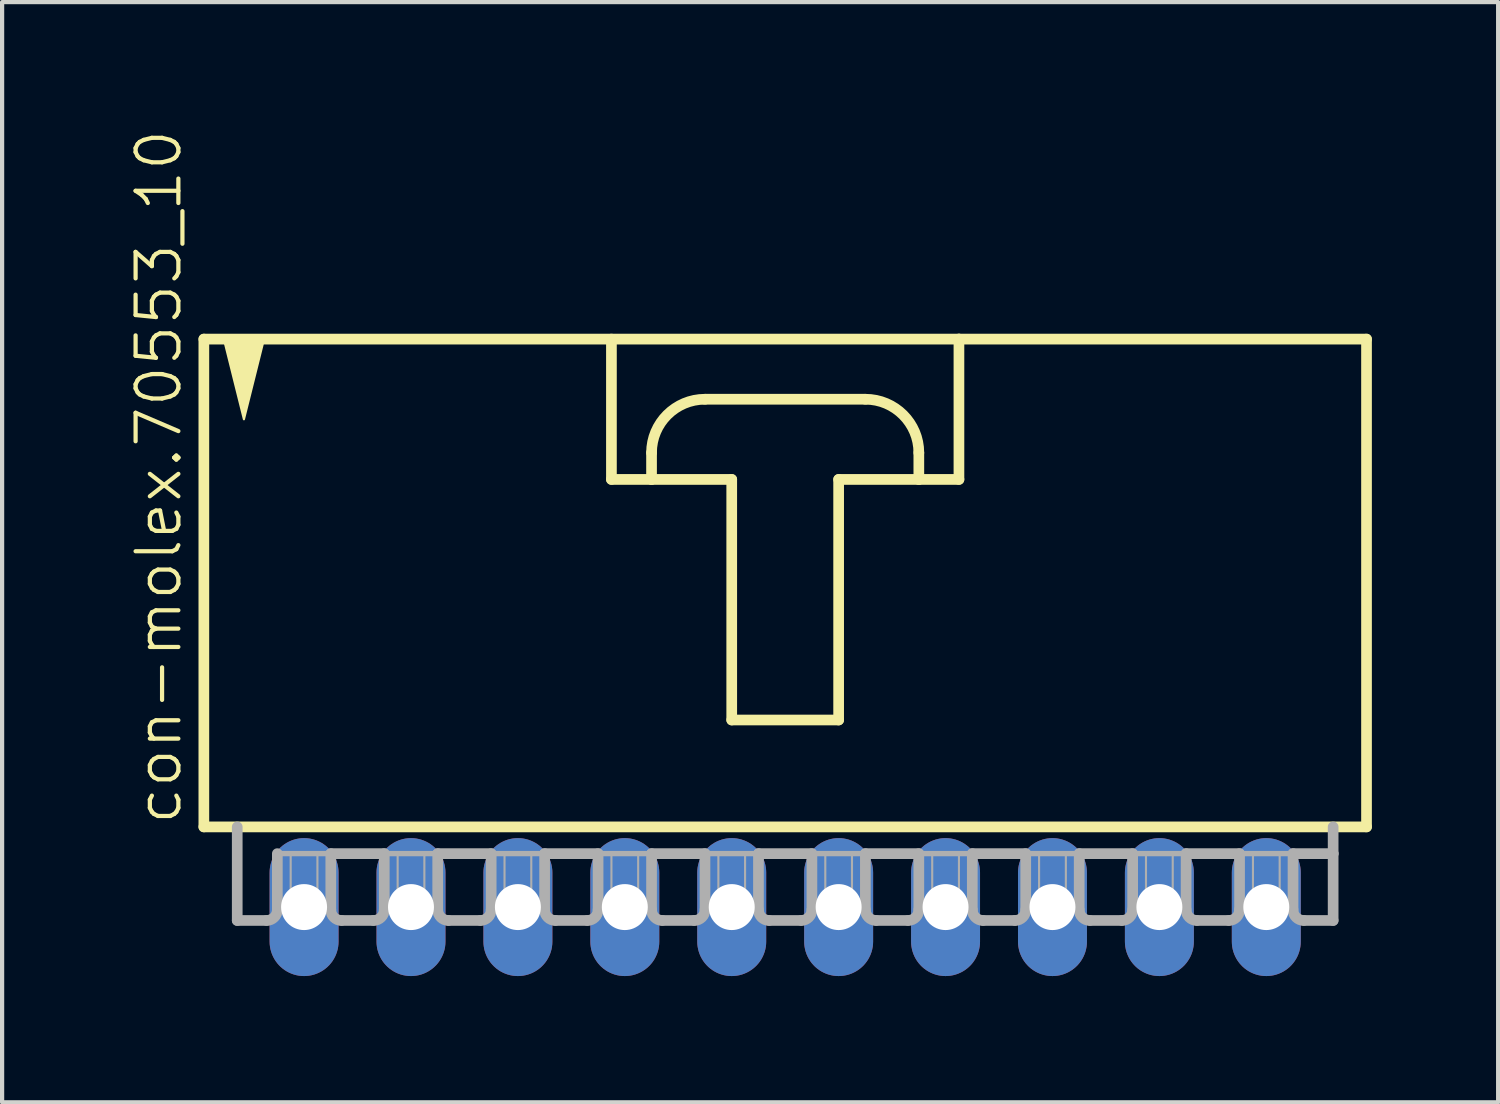
<source format=kicad_pcb>
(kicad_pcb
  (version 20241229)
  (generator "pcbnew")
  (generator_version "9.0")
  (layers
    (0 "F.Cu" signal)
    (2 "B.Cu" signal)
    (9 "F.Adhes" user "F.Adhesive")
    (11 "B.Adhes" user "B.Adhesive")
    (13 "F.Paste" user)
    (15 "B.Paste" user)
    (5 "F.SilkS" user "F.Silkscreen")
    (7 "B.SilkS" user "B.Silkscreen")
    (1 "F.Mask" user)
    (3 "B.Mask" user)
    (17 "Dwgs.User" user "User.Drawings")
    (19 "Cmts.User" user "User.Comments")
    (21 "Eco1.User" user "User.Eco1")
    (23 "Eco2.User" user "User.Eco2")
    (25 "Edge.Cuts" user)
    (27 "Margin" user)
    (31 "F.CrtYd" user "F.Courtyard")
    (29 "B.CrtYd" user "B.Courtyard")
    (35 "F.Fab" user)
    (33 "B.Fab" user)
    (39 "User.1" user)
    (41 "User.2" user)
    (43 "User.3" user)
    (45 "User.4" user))
  (footprint "con-molex.70553_10"
    (layer "F.Cu")
    (at 15.604 10.88)
    (property "Reference" "con-molex.70553_10" (at -14.287 5.715 90) (layer "F.SilkS") (effects (font (size 1.016 1.016) (thickness 0.1)) (justify left bottom)))
    (attr through_hole)
    (fp_line (start -13.811 -5.874) (end -13.811 5.715) (stroke (width 0.254) (type default)) (layer "F.SilkS"))
    (fp_line (start -13.811 5.715) (end 13.811 5.715) (stroke (width 0.254) (type default)) (layer "F.SilkS"))
    (fp_line (start -4.128 -5.874) (end -4.128 -2.54) (stroke (width 0.254) (type default)) (layer "F.SilkS"))
    (fp_line (start -4.128 -2.54) (end -3.175 -2.54) (stroke (width 0.254) (type default)) (layer "F.SilkS"))
    (fp_line (start -3.175 -2.54) (end -3.175 -3.175) (stroke (width 0.254) (type default)) (layer "F.SilkS"))
    (fp_line (start -3.175 -2.54) (end -1.27 -2.54) (stroke (width 0.254) (type default)) (layer "F.SilkS"))
    (fp_line (start -1.905 -4.445) (end 1.905 -4.445) (stroke (width 0.254) (type default)) (layer "F.SilkS"))
    (fp_line (start -1.27 -2.54) (end -1.27 3.175) (stroke (width 0.254) (type default)) (layer "F.SilkS"))
    (fp_line (start -1.27 3.175) (end 1.27 3.175) (stroke (width 0.254) (type default)) (layer "F.SilkS"))
    (fp_line (start 1.27 -2.54) (end 3.175 -2.54) (stroke (width 0.254) (type default)) (layer "F.SilkS"))
    (fp_line (start 1.27 3.175) (end 1.27 -2.54) (stroke (width 0.254) (type default)) (layer "F.SilkS"))
    (fp_line (start 3.175 -3.175) (end 3.175 -2.54) (stroke (width 0.254) (type default)) (layer "F.SilkS"))
    (fp_line (start 3.175 -2.54) (end 4.128 -2.54) (stroke (width 0.254) (type default)) (layer "F.SilkS"))
    (fp_line (start 4.128 -5.874) (end -13.811 -5.874) (stroke (width 0.254) (type default)) (layer "F.SilkS"))
    (fp_line (start 4.128 -2.54) (end 4.128 -5.874) (stroke (width 0.254) (type default)) (layer "F.SilkS"))
    (fp_line (start 13.811 -5.874) (end 4.128 -5.874) (stroke (width 0.254) (type default)) (layer "F.SilkS"))
    (fp_line (start 13.811 5.715) (end 13.811 -5.874) (stroke (width 0.254) (type default)) (layer "F.SilkS"))
    (fp_arc (start -3.175 -3.175) (mid -2.803026 -4.073026) (end -1.905 -4.445) (stroke (width 0.254) (type default)) (layer "F.SilkS"))
    (fp_arc (start 1.905 -4.445) (mid 2.803026 -4.073026) (end 3.175 -3.175) (stroke (width 0.254) (type default)) (layer "F.SilkS"))
    (fp_poly (pts (xy -13.335 -5.874) (xy -12.859 -3.969) (xy -12.383 -5.874)) (stroke (width 0.051) (type default)) (fill yes) (layer "F.SilkS"))
    (fp_line (start -13.018 5.715) (end -13.018 7.938) (stroke (width 0.254) (type default)) (layer "F.Fab"))
    (fp_line (start -12.319 7.938) (end -13.018 7.938) (stroke (width 0.254) (type default)) (layer "F.Fab"))
    (fp_line (start -12.065 6.35) (end -12.065 7.684) (stroke (width 0.254) (type default)) (layer "F.Fab"))
    (fp_line (start -12.065 6.35) (end -10.795 6.35) (stroke (width 0.127) (type default)) (layer "F.Fab"))
    (fp_line (start -10.795 6.35) (end -10.795 7.684) (stroke (width 0.254) (type default)) (layer "F.Fab"))
    (fp_line (start -10.795 6.35) (end -9.525 6.35) (stroke (width 0.254) (type default)) (layer "F.Fab"))
    (fp_line (start -9.779 7.938) (end -10.541 7.938) (stroke (width 0.254) (type default)) (layer "F.Fab"))
    (fp_line (start -9.525 6.35) (end -9.525 7.684) (stroke (width 0.254) (type default)) (layer "F.Fab"))
    (fp_line (start -9.525 6.35) (end -8.255 6.35) (stroke (width 0.127) (type default)) (layer "F.Fab"))
    (fp_line (start -8.255 6.35) (end -8.255 7.684) (stroke (width 0.254) (type default)) (layer "F.Fab"))
    (fp_line (start -8.255 6.35) (end -6.985 6.35) (stroke (width 0.254) (type default)) (layer "F.Fab"))
    (fp_line (start -7.239 7.938) (end -8.001 7.938) (stroke (width 0.254) (type default)) (layer "F.Fab"))
    (fp_line (start -6.985 6.35) (end -6.985 7.684) (stroke (width 0.254) (type default)) (layer "F.Fab"))
    (fp_line (start -6.985 6.35) (end -5.715 6.35) (stroke (width 0.127) (type default)) (layer "F.Fab"))
    (fp_line (start -5.715 6.35) (end -5.715 7.684) (stroke (width 0.254) (type default)) (layer "F.Fab"))
    (fp_line (start -5.715 6.35) (end -4.445 6.35) (stroke (width 0.254) (type default)) (layer "F.Fab"))
    (fp_line (start -4.699 7.938) (end -5.461 7.938) (stroke (width 0.254) (type default)) (layer "F.Fab"))
    (fp_line (start -4.445 6.35) (end -4.445 7.684) (stroke (width 0.254) (type default)) (layer "F.Fab"))
    (fp_line (start -4.445 6.35) (end -3.175 6.35) (stroke (width 0.127) (type default)) (layer "F.Fab"))
    (fp_line (start -3.175 6.35) (end -3.175 7.684) (stroke (width 0.254) (type default)) (layer "F.Fab"))
    (fp_line (start -3.175 6.35) (end -1.905 6.35) (stroke (width 0.254) (type default)) (layer "F.Fab"))
    (fp_line (start -2.159 7.938) (end -2.921 7.938) (stroke (width 0.254) (type default)) (layer "F.Fab"))
    (fp_line (start -1.905 6.35) (end -1.905 7.684) (stroke (width 0.254) (type default)) (layer "F.Fab"))
    (fp_line (start -1.905 6.35) (end -0.635 6.35) (stroke (width 0.127) (type default)) (layer "F.Fab"))
    (fp_line (start -0.635 6.35) (end -0.635 7.684) (stroke (width 0.254) (type default)) (layer "F.Fab"))
    (fp_line (start -0.635 6.35) (end 0.635 6.35) (stroke (width 0.254) (type default)) (layer "F.Fab"))
    (fp_line (start 0.381 7.938) (end -0.381 7.938) (stroke (width 0.254) (type default)) (layer "F.Fab"))
    (fp_line (start 0.635 6.35) (end 0.635 7.684) (stroke (width 0.254) (type default)) (layer "F.Fab"))
    (fp_line (start 0.635 6.35) (end 1.905 6.35) (stroke (width 0.127) (type default)) (layer "F.Fab"))
    (fp_line (start 1.905 6.35) (end 1.905 7.684) (stroke (width 0.254) (type default)) (layer "F.Fab"))
    (fp_line (start 1.905 6.35) (end 3.175 6.35) (stroke (width 0.254) (type default)) (layer "F.Fab"))
    (fp_line (start 2.921 7.938) (end 2.159 7.938) (stroke (width 0.254) (type default)) (layer "F.Fab"))
    (fp_line (start 3.175 6.35) (end 3.175 7.684) (stroke (width 0.254) (type default)) (layer "F.Fab"))
    (fp_line (start 3.175 6.35) (end 4.445 6.35) (stroke (width 0.127) (type default)) (layer "F.Fab"))
    (fp_line (start 4.445 6.35) (end 4.445 7.684) (stroke (width 0.254) (type default)) (layer "F.Fab"))
    (fp_line (start 4.445 6.35) (end 5.715 6.35) (stroke (width 0.254) (type default)) (layer "F.Fab"))
    (fp_line (start 5.461 7.938) (end 4.699 7.938) (stroke (width 0.254) (type default)) (layer "F.Fab"))
    (fp_line (start 5.715 6.35) (end 5.715 7.684) (stroke (width 0.254) (type default)) (layer "F.Fab"))
    (fp_line (start 5.715 6.35) (end 6.985 6.35) (stroke (width 0.127) (type default)) (layer "F.Fab"))
    (fp_line (start 6.985 6.35) (end 6.985 7.684) (stroke (width 0.254) (type default)) (layer "F.Fab"))
    (fp_line (start 6.985 6.35) (end 8.255 6.35) (stroke (width 0.254) (type default)) (layer "F.Fab"))
    (fp_line (start 8.001 7.938) (end 7.239 7.938) (stroke (width 0.254) (type default)) (layer "F.Fab"))
    (fp_line (start 8.255 6.35) (end 8.255 7.684) (stroke (width 0.254) (type default)) (layer "F.Fab"))
    (fp_line (start 8.255 6.35) (end 9.525 6.35) (stroke (width 0.127) (type default)) (layer "F.Fab"))
    (fp_line (start 9.525 6.35) (end 9.525 7.684) (stroke (width 0.254) (type default)) (layer "F.Fab"))
    (fp_line (start 9.525 6.35) (end 10.795 6.35) (stroke (width 0.254) (type default)) (layer "F.Fab"))
    (fp_line (start 10.541 7.938) (end 9.779 7.938) (stroke (width 0.254) (type default)) (layer "F.Fab"))
    (fp_line (start 10.795 6.35) (end 10.795 7.684) (stroke (width 0.254) (type default)) (layer "F.Fab"))
    (fp_line (start 10.795 6.35) (end 12.065 6.35) (stroke (width 0.127) (type default)) (layer "F.Fab"))
    (fp_line (start 12.065 6.35) (end 12.065 7.684) (stroke (width 0.254) (type default)) (layer "F.Fab"))
    (fp_line (start 12.065 6.35) (end 13.018 6.35) (stroke (width 0.254) (type default)) (layer "F.Fab"))
    (fp_line (start 12.319 7.938) (end 13.018 7.938) (stroke (width 0.254) (type default)) (layer "F.Fab"))
    (fp_line (start 13.018 6.35) (end 13.018 5.715) (stroke (width 0.254) (type default)) (layer "F.Fab"))
    (fp_line (start 13.018 7.938) (end 13.018 6.35) (stroke (width 0.254) (type default)) (layer "F.Fab"))
    (fp_rect (start -11.748 7.62) (end -11.113 6.35) (stroke (width 0.05) (type default)) (fill no) (layer "F.Fab"))
    (fp_rect (start -9.207 7.62) (end -8.572 6.35) (stroke (width 0.05) (type default)) (fill no) (layer "F.Fab"))
    (fp_rect (start -6.668 7.62) (end -6.032 6.35) (stroke (width 0.05) (type default)) (fill no) (layer "F.Fab"))
    (fp_rect (start -4.128 7.62) (end -3.493 6.35) (stroke (width 0.05) (type default)) (fill no) (layer "F.Fab"))
    (fp_rect (start -1.587 7.62) (end -0.953 6.35) (stroke (width 0.05) (type default)) (fill no) (layer "F.Fab"))
    (fp_rect (start 0.953 7.62) (end 1.587 6.35) (stroke (width 0.05) (type default)) (fill no) (layer "F.Fab"))
    (fp_rect (start 3.493 7.62) (end 4.128 6.35) (stroke (width 0.05) (type default)) (fill no) (layer "F.Fab"))
    (fp_rect (start 6.032 7.62) (end 6.668 6.35) (stroke (width 0.05) (type default)) (fill no) (layer "F.Fab"))
    (fp_rect (start 8.572 7.62) (end 9.207 6.35) (stroke (width 0.05) (type default)) (fill no) (layer "F.Fab"))
    (fp_rect (start 11.113 7.62) (end 11.748 6.35) (stroke (width 0.05) (type default)) (fill no) (layer "F.Fab"))
    (fp_arc (start -12.065 7.6835) (mid -12.139395 7.863105) (end -12.319 7.9375) (stroke (width 0.254) (type default)) (layer "F.Fab"))
    (fp_arc (start -10.541 7.9375) (mid -10.720605 7.863105) (end -10.795 7.6835) (stroke (width 0.254) (type default)) (layer "F.Fab"))
    (fp_arc (start -9.525 7.6835) (mid -9.599395 7.863105) (end -9.779 7.9375) (stroke (width 0.254) (type default)) (layer "F.Fab"))
    (fp_arc (start -8.001 7.9375) (mid -8.180605 7.863105) (end -8.255 7.6835) (stroke (width 0.254) (type default)) (layer "F.Fab"))
    (fp_arc (start -6.985 7.6835) (mid -7.059395 7.863105) (end -7.239 7.9375) (stroke (width 0.254) (type default)) (layer "F.Fab"))
    (fp_arc (start -5.461 7.9375) (mid -5.640605 7.863105) (end -5.715 7.6835) (stroke (width 0.254) (type default)) (layer "F.Fab"))
    (fp_arc (start -4.445 7.6835) (mid -4.519395 7.863105) (end -4.699 7.9375) (stroke (width 0.254) (type default)) (layer "F.Fab"))
    (fp_arc (start -2.921 7.9375) (mid -3.100605 7.863105) (end -3.175 7.6835) (stroke (width 0.254) (type default)) (layer "F.Fab"))
    (fp_arc (start -1.905 7.6835) (mid -1.979395 7.863105) (end -2.159 7.9375) (stroke (width 0.254) (type default)) (layer "F.Fab"))
    (fp_arc (start -0.381 7.9375) (mid -0.560605 7.863105) (end -0.635 7.6835) (stroke (width 0.254) (type default)) (layer "F.Fab"))
    (fp_arc (start 0.635 7.6835) (mid 0.560605 7.863105) (end 0.381 7.9375) (stroke (width 0.254) (type default)) (layer "F.Fab"))
    (fp_arc (start 2.159 7.9375) (mid 1.979395 7.863105) (end 1.905 7.6835) (stroke (width 0.254) (type default)) (layer "F.Fab"))
    (fp_arc (start 3.175 7.6835) (mid 3.100605 7.863105) (end 2.921 7.9375) (stroke (width 0.254) (type default)) (layer "F.Fab"))
    (fp_arc (start 4.699 7.9375) (mid 4.519395 7.863105) (end 4.445 7.6835) (stroke (width 0.254) (type default)) (layer "F.Fab"))
    (fp_arc (start 5.715 7.6835) (mid 5.640605 7.863105) (end 5.461 7.9375) (stroke (width 0.254) (type default)) (layer "F.Fab"))
    (fp_arc (start 7.239 7.9375) (mid 7.059395 7.863105) (end 6.985 7.6835) (stroke (width 0.254) (type default)) (layer "F.Fab"))
    (fp_arc (start 8.255 7.6835) (mid 8.180605 7.863105) (end 8.001 7.9375) (stroke (width 0.254) (type default)) (layer "F.Fab"))
    (fp_arc (start 9.779 7.9375) (mid 9.599395 7.863105) (end 9.525 7.6835) (stroke (width 0.254) (type default)) (layer "F.Fab"))
    (fp_arc (start 10.795 7.6835) (mid 10.720605 7.863105) (end 10.541 7.9375) (stroke (width 0.254) (type default)) (layer "F.Fab"))
    (fp_arc (start 12.319 7.9375) (mid 12.139395 7.863105) (end 12.065 7.6835) (stroke (width 0.254) (type default)) (layer "F.Fab"))
    (pad "1" thru_hole oval (at -11.43 7.62 90) (size 3.277 1.638) (drill 1.092) (layers "*.Cu" "*.Mask"))
    (pad "2" thru_hole oval (at -8.89 7.62 90) (size 3.277 1.638) (drill 1.092) (layers "*.Cu" "*.Mask"))
    (pad "3" thru_hole oval (at -6.35 7.62 90) (size 3.277 1.638) (drill 1.092) (layers "*.Cu" "*.Mask"))
    (pad "4" thru_hole oval (at -3.81 7.62 90) (size 3.277 1.638) (drill 1.092) (layers "*.Cu" "*.Mask"))
    (pad "5" thru_hole oval (at -1.27 7.62 90) (size 3.277 1.638) (drill 1.092) (layers "*.Cu" "*.Mask"))
    (pad "6" thru_hole oval (at 1.27 7.62 90) (size 3.277 1.638) (drill 1.092) (layers "*.Cu" "*.Mask"))
    (pad "7" thru_hole oval (at 3.81 7.62 90) (size 3.277 1.638) (drill 1.092) (layers "*.Cu" "*.Mask"))
    (pad "8" thru_hole oval (at 6.35 7.62 90) (size 3.277 1.638) (drill 1.092) (layers "*.Cu" "*.Mask"))
    (pad "9" thru_hole oval (at 8.89 7.62 90) (size 3.277 1.638) (drill 1.092) (layers "*.Cu" "*.Mask"))
    (pad "10" thru_hole oval (at 11.43 7.62 90) (size 3.277 1.638) (drill 1.092) (layers "*.Cu" "*.Mask")))
  (gr_rect
    (start -3 -3)
    (end 32.542 23.138)
    (stroke (width 0.1) (type default))
    (fill no)
    (layer "Edge.Cuts")))
</source>
